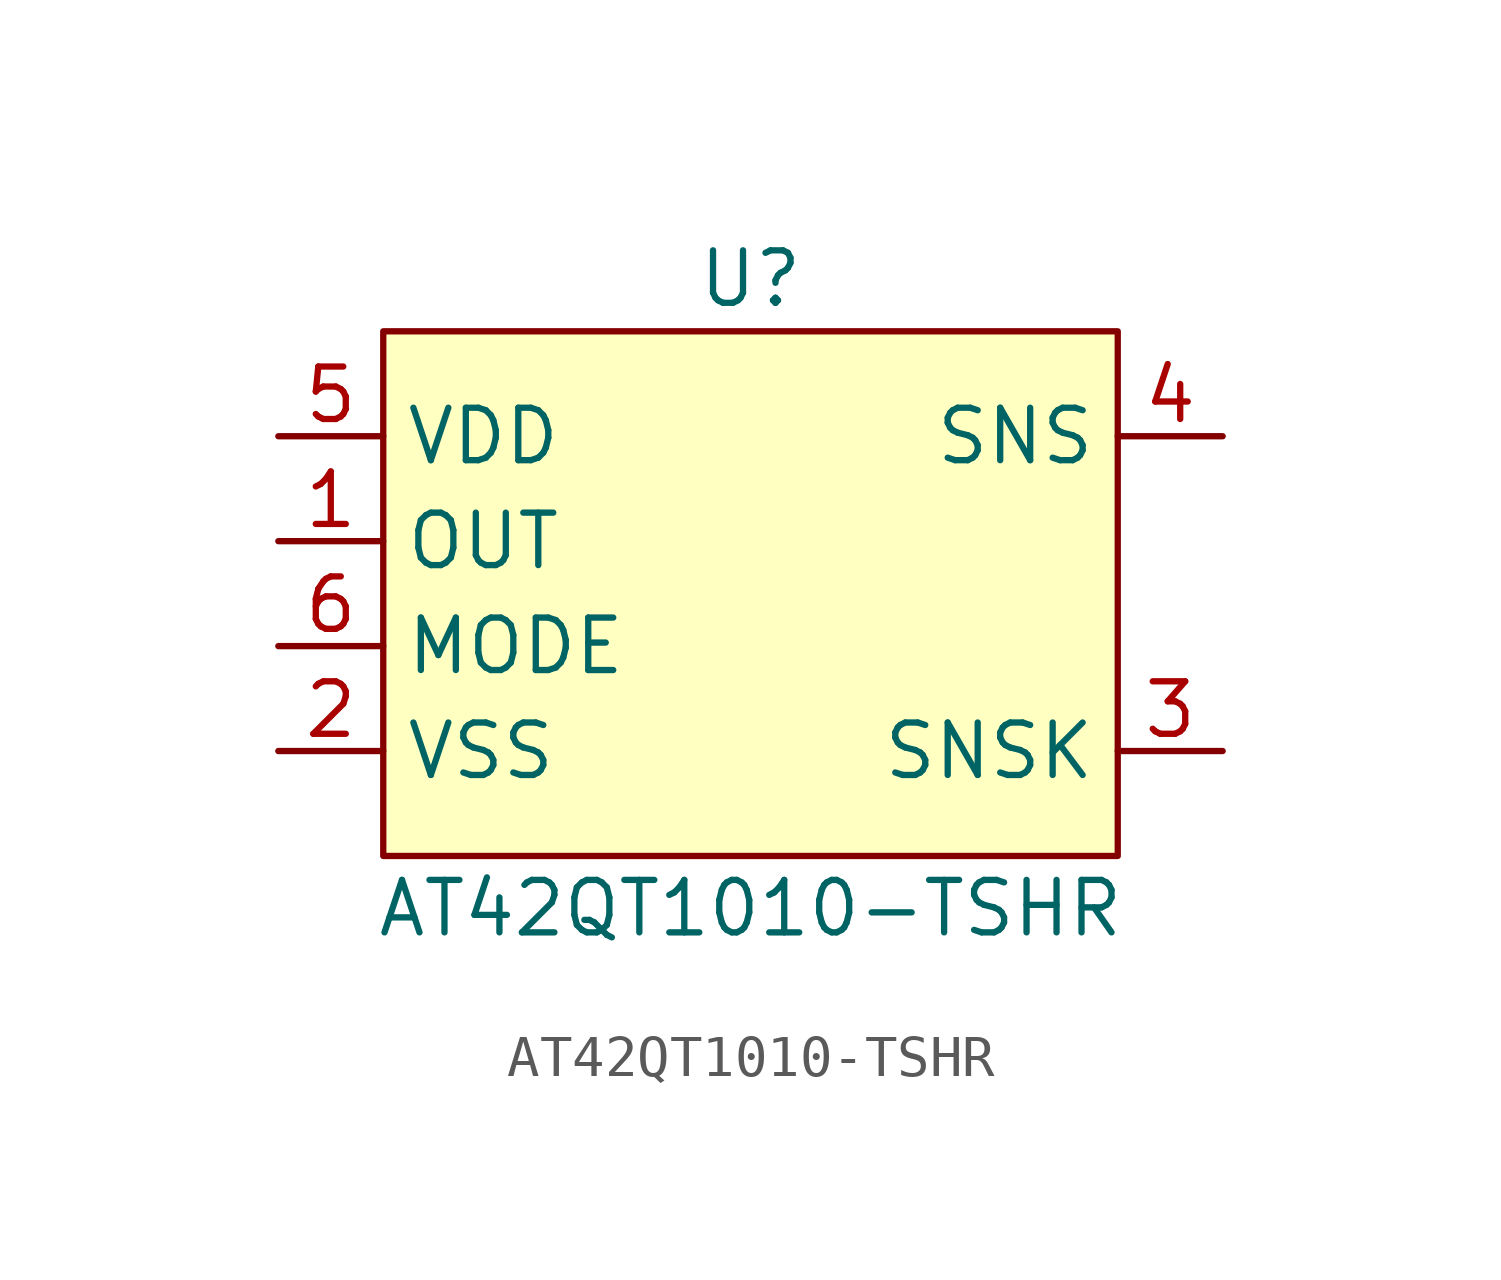
<source format=kicad_sym>
(kicad_symbol_lib
  (version 20220914)
  (generator kicad_symbol_editor)
  (symbol "AT42QT1010-TSHR"
    (property "Reference" "U"
      (at 0 13.97 0)
      (effects (font (size 1.27 1.27))))
    (property "Value" "AT42QT1010-TSHR"
      (at 0 -1.27 0)
      (effects (font (size 1.27 1.27))))
    (symbol "AT42QT1010-TSHR_1_1"
      (rectangle (start -8.89 12.7) (end 8.89 0) (stroke (width 0) (type default)) (fill (type background)))
      (pin output line (at -11.43 7.62 0) (length 2.54) (name "OUT" (effects (font (size 1.27 1.27)))) (number "1" (effects (font (size 1.27 1.27)))))
      (pin power_in line (at -11.43 2.54 0) (length 2.54) (name "VSS" (effects (font (size 1.27 1.27)))) (number "2" (effects (font (size 1.27 1.27)))))
      (pin input line (at 11.43 2.54 180) (length 2.54) (name "SNSK" (effects (font (size 1.27 1.27)))) (number "3" (effects (font (size 1.27 1.27)))))
      (pin bidirectional line (at 11.43 10.16 180) (length 2.54) (name "SNS" (effects (font (size 1.27 1.27)))) (number "4" (effects (font (size 1.27 1.27)))))
      (pin power_in line (at -11.43 10.16 0) (length 2.54) (name "VDD" (effects (font (size 1.27 1.27)))) (number "5" (effects (font (size 1.27 1.27)))))
      (pin input line (at -11.43 5.08 0) (length 2.54) (name "MODE" (effects (font (size 1.27 1.27)))) (number "6" (effects (font (size 1.27 1.27))))))))
</source>
